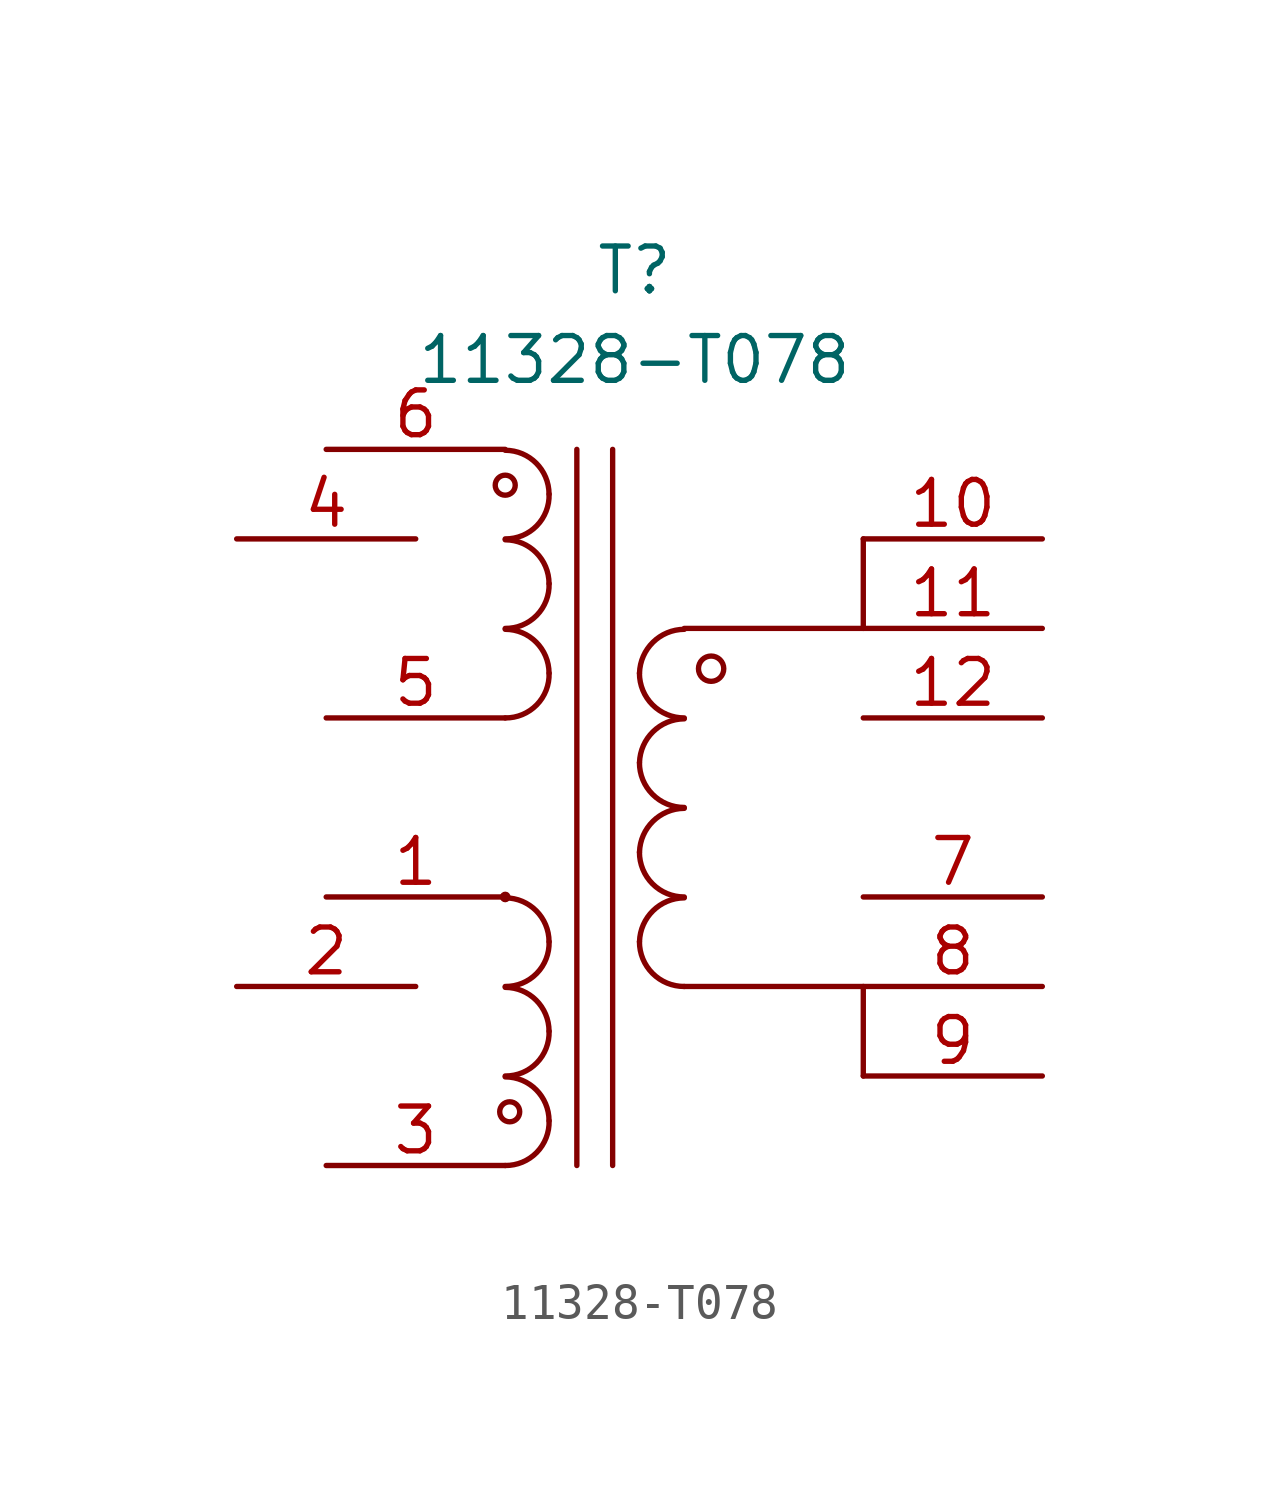
<source format=kicad_sym>
(kicad_symbol_lib
  (version 20211014)
  (generator kicad_symbol_editor)
  (symbol "11328-T078"
    (pin_names
      (offset 0.762))
    (property "Reference" "T"
      (at 15.24 38.1 0)
      (effects (font (size 1.27 1.27)) (justify left)))
    (property "Value" "11328-T078"
      (at 10.16 35.56 0)
      (effects (font (size 1.27 1.27)) (justify left)))
    (symbol "11328-T078_0_0"
      (pin passive line (at 7.62 20.32 0) (length 5.08) (name "" (effects (font (size 1.27 1.27)))) (number "1" (effects (font (size 1.27 1.27)))))
      (pin passive line (at 27.94 30.48 180) (length 5.08) (name "" (effects (font (size 1.27 1.27)))) (number "10" (effects (font (size 1.27 1.27)))))
      (pin passive line (at 27.94 27.94 180) (length 5.08) (name "" (effects (font (size 1.27 1.27)))) (number "11" (effects (font (size 1.27 1.27)))))
      (pin passive line (at 27.94 25.4 180) (length 5.08) (name "" (effects (font (size 1.27 1.27)))) (number "12" (effects (font (size 1.27 1.27)))))
      (pin passive line (at 5.08 17.78 0) (length 5.08) (name "" (effects (font (size 1.27 1.27)))) (number "2" (effects (font (size 1.27 1.27)))))
      (pin passive line (at 7.62 12.7 0) (length 5.08) (name "" (effects (font (size 1.27 1.27)))) (number "3" (effects (font (size 1.27 1.27)))))
      (pin passive line (at 5.08 30.48 0) (length 5.08) (name "" (effects (font (size 1.27 1.27)))) (number "4" (effects (font (size 1.27 1.27)))))
      (pin passive line (at 7.62 25.4 0) (length 5.08) (name "" (effects (font (size 1.27 1.27)))) (number "5" (effects (font (size 1.27 1.27)))))
      (pin passive line (at 7.62 33.02 0) (length 5.08) (name "" (effects (font (size 1.27 1.27)))) (number "6" (effects (font (size 1.27 1.27)))))
      (pin passive line (at 27.94 20.32 180) (length 5.08) (name "" (effects (font (size 1.27 1.27)))) (number "7" (effects (font (size 1.27 1.27)))))
      (pin passive line (at 27.94 17.78 180) (length 5.08) (name "" (effects (font (size 1.27 1.27)))) (number "8" (effects (font (size 1.27 1.27)))))
      (pin passive line (at 27.94 15.24 180) (length 5.08) (name "" (effects (font (size 1.27 1.27)))) (number "9" (effects (font (size 1.27 1.27))))))
    (symbol "11328-T078_0_1"
      (polyline (pts (xy 14.732 12.7) (xy 14.732 33.02)) (stroke (width 0) (type default) (color 0 0 0 0)) (fill (type none)))
      (polyline (pts (xy 15.748 33.02) (xy 15.748 12.7)) (stroke (width 0) (type default) (color 0 0 0 0)) (fill (type none)))
      (polyline (pts (xy 17.78 17.78) (xy 22.86 17.78) (xy 22.86 15.24) (xy 22.86 17.78)) (stroke (width 0) (type default) (color 0 0 0 0)) (fill (type none)))
      (polyline (pts (xy 17.78 27.94) (xy 22.86 27.94) (xy 22.86 30.48) (xy 22.86 30.48)) (stroke (width 0) (type default) (color 0 0 0 0)) (fill (type none)))
      (arc (start 12.7 12.7) (mid 13.5942 13.0685) (end 13.9446 13.97) (stroke (width 0) (type default) (color 0 0 0 0)) (fill (type none)))
      (arc (start 12.7 15.24) (mid 13.5942 15.6085) (end 13.9446 16.51) (stroke (width 0) (type default) (color 0 0 0 0)) (fill (type none)))
      (arc (start 12.7 17.78) (mid 13.5942 18.1485) (end 13.9446 19.05) (stroke (width 0) (type default) (color 0 0 0 0)) (fill (type none)))
      (circle (center 12.7 20.32) (radius 0.0001) (stroke (width 0) (type default) (color 0 0 0 0)) (fill (type none)))
      (arc (start 12.7 25.4) (mid 13.5942 25.7685) (end 13.9446 26.67) (stroke (width 0) (type default) (color 0 0 0 0)) (fill (type none)))
      (arc (start 12.7 27.94) (mid 13.5942 28.3085) (end 13.9446 29.21) (stroke (width 0) (type default) (color 0 0 0 0)) (fill (type none)))
      (arc (start 12.7 30.48) (mid 13.5942 30.8485) (end 13.9446 31.75) (stroke (width 0) (type default) (color 0 0 0 0)) (fill (type none)))
      (circle (center 12.7 32.004) (radius 0.284) (stroke (width 0) (type default) (color 0 0 0 0)) (fill (type none)))
      (circle (center 12.827 14.224) (radius 0.284) (stroke (width 0) (type default) (color 0 0 0 0)) (fill (type none)))
      (arc (start 13.9446 13.97) (mid 13.5801 14.8501) (end 12.7 15.2146) (stroke (width 0) (type default) (color 0 0 0 0)) (fill (type none)))
      (arc (start 13.9446 16.51) (mid 13.5801 17.3901) (end 12.7 17.7546) (stroke (width 0) (type default) (color 0 0 0 0)) (fill (type none)))
      (arc (start 13.9446 19.05) (mid 13.5801 19.9301) (end 12.7 20.2946) (stroke (width 0) (type default) (color 0 0 0 0)) (fill (type none)))
      (arc (start 13.9446 26.67) (mid 13.5801 27.5501) (end 12.7 27.9146) (stroke (width 0) (type default) (color 0 0 0 0)) (fill (type none)))
      (arc (start 13.9446 29.21) (mid 13.5801 30.0901) (end 12.7 30.4546) (stroke (width 0) (type default) (color 0 0 0 0)) (fill (type none)))
      (arc (start 13.9446 31.75) (mid 13.5801 32.6301) (end 12.7 32.9946) (stroke (width 0) (type default) (color 0 0 0 0)) (fill (type none)))
      (arc (start 16.51 19.05) (mid 16.882 18.152) (end 17.78 17.78) (stroke (width 0) (type default) (color 0 0 0 0)) (fill (type none)))
      (arc (start 16.51 21.59) (mid 16.882 20.692) (end 17.78 20.32) (stroke (width 0) (type default) (color 0 0 0 0)) (fill (type none)))
      (arc (start 16.51 24.13) (mid 16.882 23.232) (end 17.78 22.86) (stroke (width 0) (type default) (color 0 0 0 0)) (fill (type none)))
      (arc (start 16.51 26.67) (mid 16.882 25.772) (end 17.78 25.4) (stroke (width 0) (type default) (color 0 0 0 0)) (fill (type none)))
      (arc (start 17.78 20.2946) (mid 16.8961 19.9263) (end 16.51 19.05) (stroke (width 0) (type default) (color 0 0 0 0)) (fill (type none)))
      (arc (start 17.78 22.8346) (mid 16.8961 22.4663) (end 16.51 21.59) (stroke (width 0) (type default) (color 0 0 0 0)) (fill (type none)))
      (arc (start 17.78 25.3746) (mid 16.8961 25.0063) (end 16.51 24.13) (stroke (width 0) (type default) (color 0 0 0 0)) (fill (type none)))
      (arc (start 17.78 27.9146) (mid 16.8961 27.5463) (end 16.51 26.67) (stroke (width 0) (type default) (color 0 0 0 0)) (fill (type none)))
      (circle (center 18.542 26.797) (radius 0.359) (stroke (width 0) (type default) (color 0 0 0 0)) (fill (type none))))))
</source>
